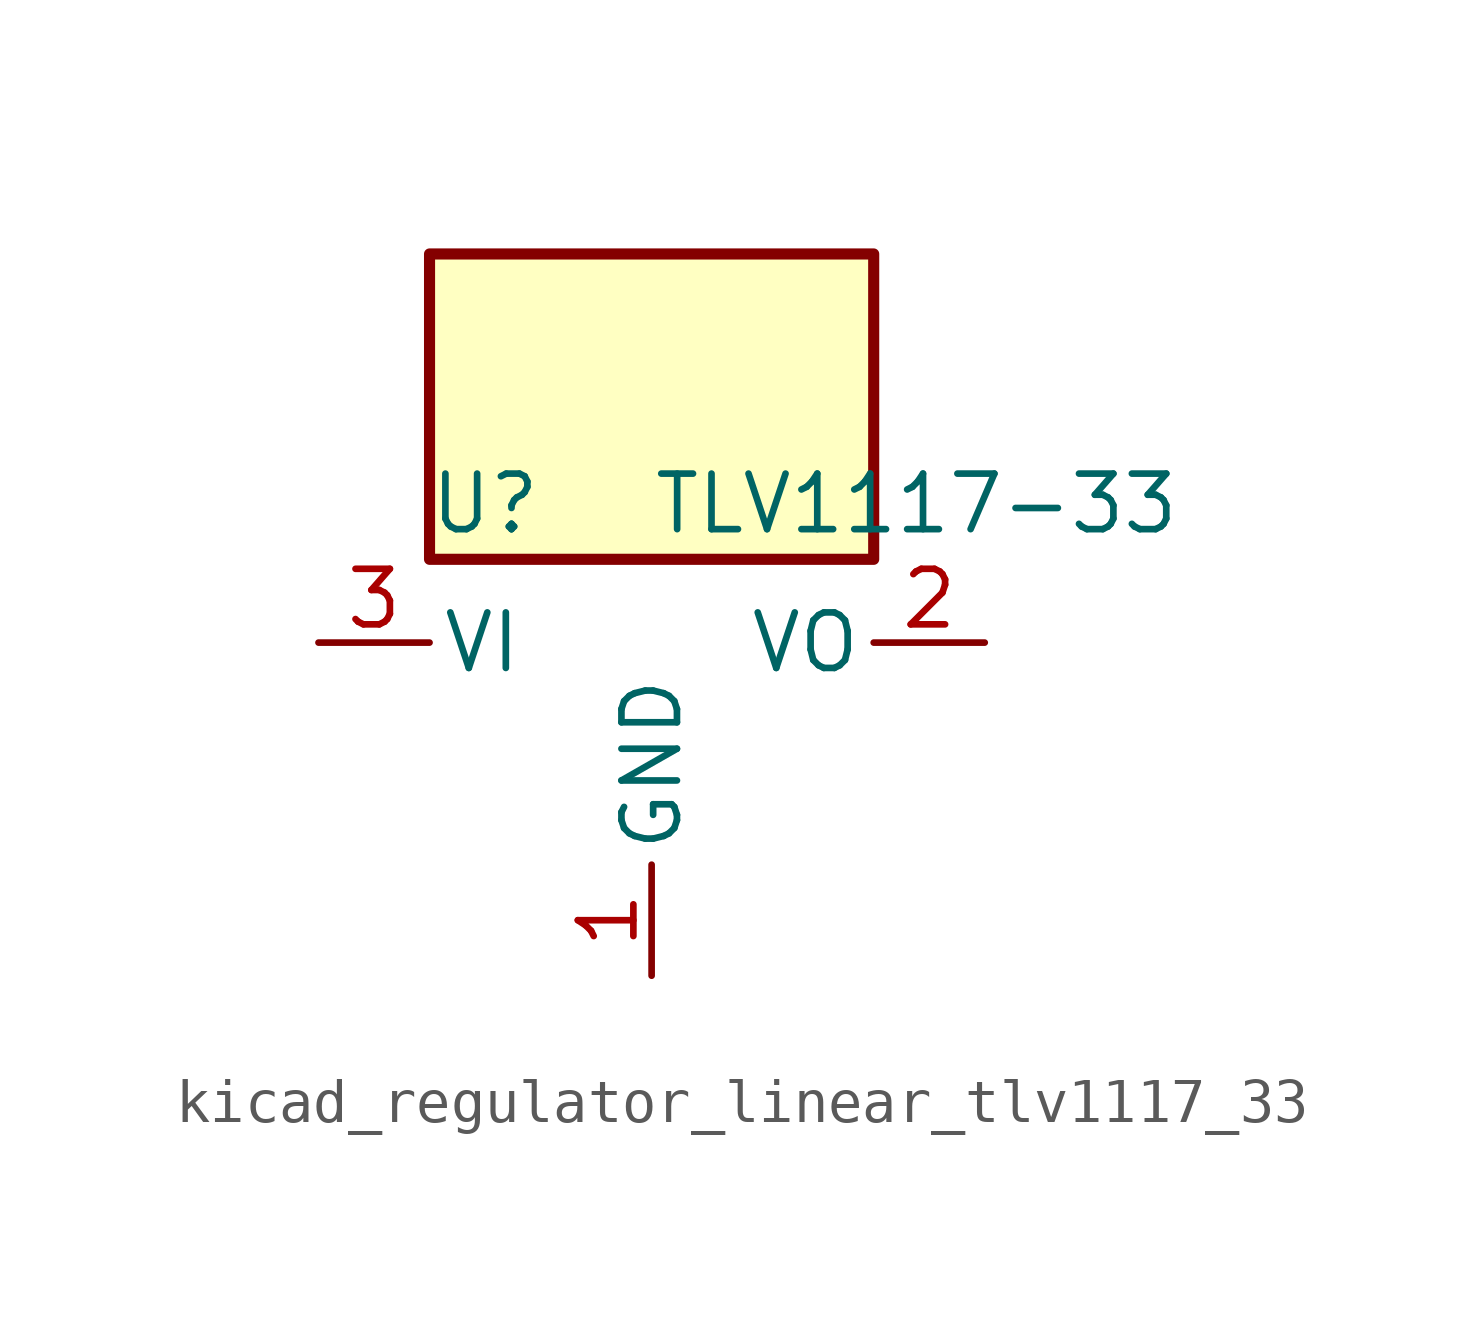
<source format=kicad_sym>
(kicad_symbol_lib
  (version 20220914)
  (generator kicad_symbol_editor)
  (symbol "kicad_regulator_linear_tlv1117_33"
    (pin_names
      (offset 0.254))
    (property "Reference" "U"
      (at -3.81 3.175 0)
      (effects (font (size 1.27 1.27))))
    (property "Value" "TLV1117-33"
      (at 0 3.175 0)
      (effects (font (size 1.27 1.27)) (justify left)))
    (symbol "kicad_regulator_linear_tlv1117_33_0_1"
      (rectangle (start 5.08 8.89) (end -5.08 1.905) (stroke (width 0.254) (type default)) (fill (type background))))
    (symbol "kicad_regulator_linear_tlv1117_33_1_1"
      (pin power_in line (at 0 -7.62 90) (length 2.54) (name "GND" (effects (font (size 1.27 1.27)))) (number "1" (effects (font (size 1.27 1.27)))))
      (pin power_out line (at 7.62 0 180) (length 2.54) (name "VO" (effects (font (size 1.27 1.27)))) (number "2" (effects (font (size 1.27 1.27)))))
      (pin power_in line (at -7.62 0 0) (length 2.54) (name "VI" (effects (font (size 1.27 1.27)))) (number "3" (effects (font (size 1.27 1.27))))))))
</source>
